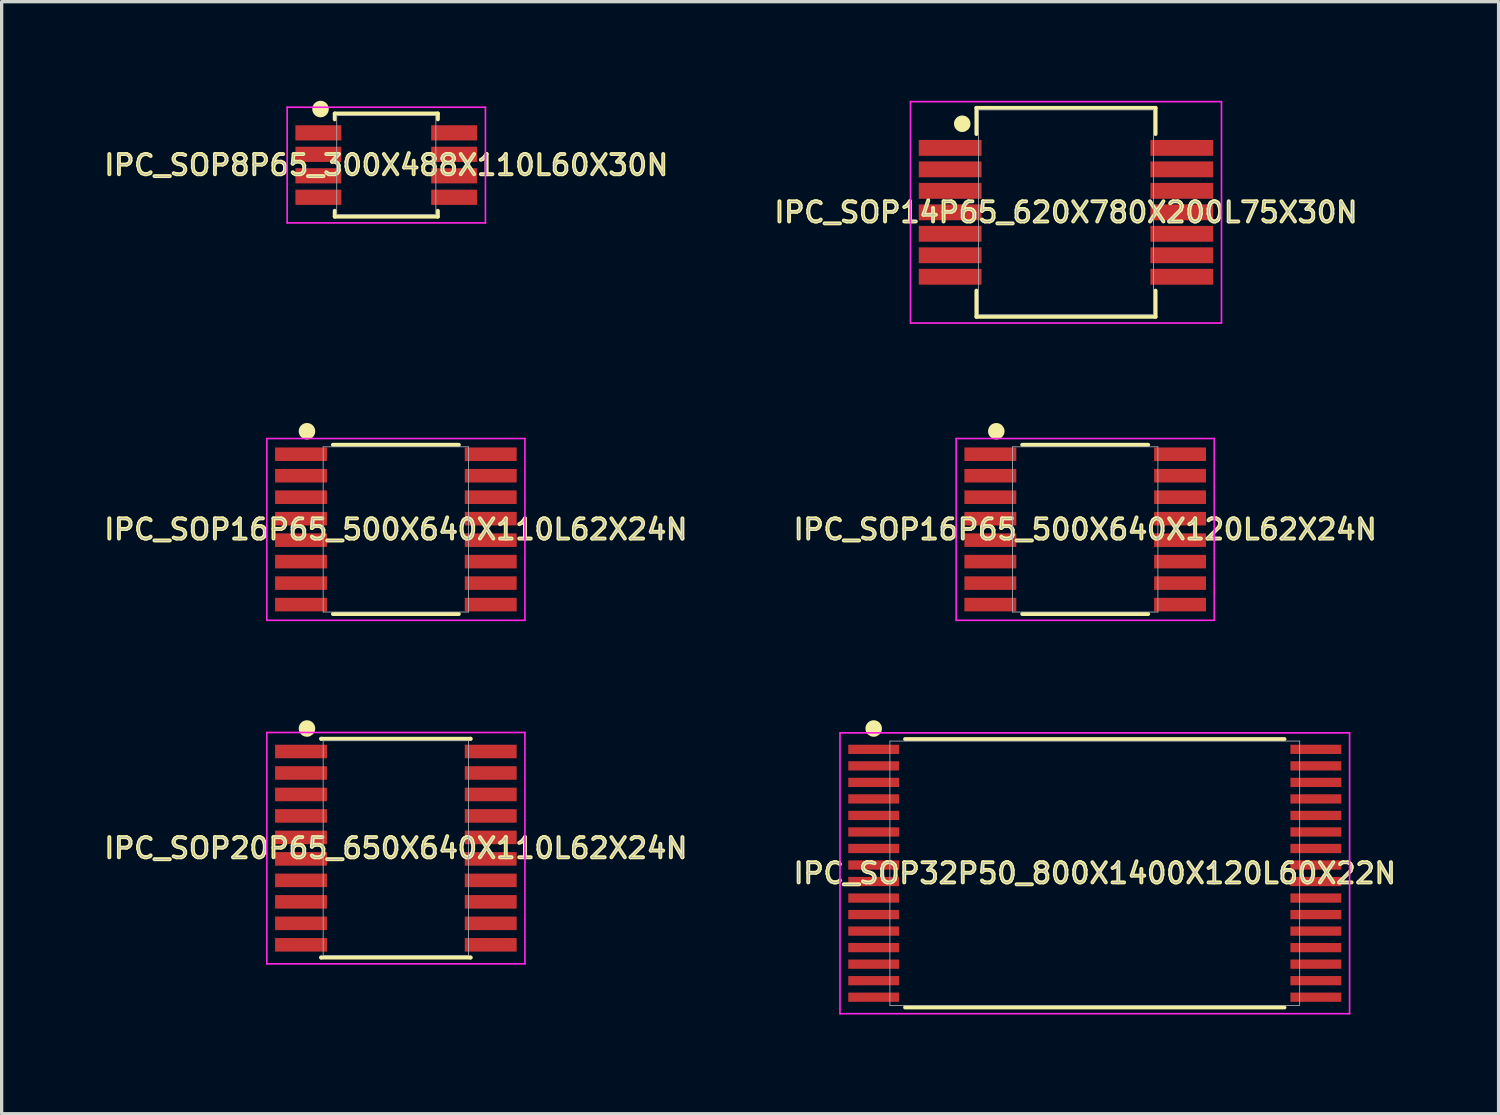
<source format=kicad_pcb>
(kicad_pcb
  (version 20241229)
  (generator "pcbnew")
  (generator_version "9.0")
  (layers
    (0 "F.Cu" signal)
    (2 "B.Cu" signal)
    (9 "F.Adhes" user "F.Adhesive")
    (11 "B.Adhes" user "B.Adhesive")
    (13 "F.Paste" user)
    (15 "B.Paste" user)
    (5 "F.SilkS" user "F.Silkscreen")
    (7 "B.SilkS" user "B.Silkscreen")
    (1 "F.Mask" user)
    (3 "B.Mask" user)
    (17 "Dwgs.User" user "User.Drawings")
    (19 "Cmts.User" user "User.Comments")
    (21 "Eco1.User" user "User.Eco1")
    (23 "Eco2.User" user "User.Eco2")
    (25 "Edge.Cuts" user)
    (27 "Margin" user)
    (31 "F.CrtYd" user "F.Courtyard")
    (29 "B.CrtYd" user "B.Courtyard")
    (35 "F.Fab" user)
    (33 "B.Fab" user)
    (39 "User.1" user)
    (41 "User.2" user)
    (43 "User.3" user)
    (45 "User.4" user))
  (footprint "IPC_SOP16P65_500X640X120L62X24N"
    (layer "F.Cu")
    (at 29.788 12.97)
    (property "Reference" "IPC_SOP16P65_500X640X120L62X24N" (at 0 0 0) (layer "F.SilkS") (effects (font (size 0.61 0.61) (thickness 0.12))))
    (attr smd)
    (fp_line (start -1.905 2.56) (end 1.905 2.56) (stroke (width 0.12) (type solid)) (layer "F.SilkS"))
    (fp_line (start 1.905 -2.56) (end -1.905 -2.56) (stroke (width 0.12) (type solid)) (layer "F.SilkS"))
    (fp_circle (center -2.69 -2.97) (end -2.565 -2.97) (stroke (width 0.25) (type solid)) (fill no) (layer "F.SilkS"))
    (fp_line (start -3.905 -2.75) (end 3.905 -2.75) (stroke (width 0.05) (type solid)) (layer "F.CrtYd"))
    (fp_line (start -3.905 2.75) (end -3.905 -2.75) (stroke (width 0.05) (type solid)) (layer "F.CrtYd"))
    (fp_line (start 3.905 -2.75) (end 3.905 2.75) (stroke (width 0.05) (type solid)) (layer "F.CrtYd"))
    (fp_line (start 3.905 2.75) (end -3.905 2.75) (stroke (width 0.05) (type solid)) (layer "F.CrtYd"))
    (fp_line (start -2.2 -2.5) (end 2.2 -2.5) (stroke (width 0.025) (type solid)) (layer "F.Fab"))
    (fp_line (start -2.2 2.5) (end -2.2 -2.5) (stroke (width 0.025) (type solid)) (layer "F.Fab"))
    (fp_line (start 2.2 -2.5) (end 2.2 2.5) (stroke (width 0.025) (type solid)) (layer "F.Fab"))
    (fp_line (start 2.2 2.5) (end -2.2 2.5) (stroke (width 0.025) (type solid)) (layer "F.Fab"))
    (fp_text user "${REFERENCE}" (at 0 0 0) (layer "F.Fab") (effects (font (size 0.61 0.61) (thickness 0.025))))
    (pad "1" smd rect (at -2.87 -2.275 270) (size 0.41 1.57) (layers "F.Cu" "F.Mask" "F.Paste"))
    (pad "2" smd rect (at -2.87 -1.625 270) (size 0.41 1.57) (layers "F.Cu" "F.Mask" "F.Paste"))
    (pad "3" smd rect (at -2.87 -0.975 270) (size 0.41 1.57) (layers "F.Cu" "F.Mask" "F.Paste"))
    (pad "4" smd rect (at -2.87 -0.325 270) (size 0.41 1.57) (layers "F.Cu" "F.Mask" "F.Paste"))
    (pad "5" smd rect (at -2.87 0.325 270) (size 0.41 1.57) (layers "F.Cu" "F.Mask" "F.Paste"))
    (pad "6" smd rect (at -2.87 0.975 270) (size 0.41 1.57) (layers "F.Cu" "F.Mask" "F.Paste"))
    (pad "7" smd rect (at -2.87 1.625 270) (size 0.41 1.57) (layers "F.Cu" "F.Mask" "F.Paste"))
    (pad "8" smd rect (at -2.87 2.275 270) (size 0.41 1.57) (layers "F.Cu" "F.Mask" "F.Paste"))
    (pad "9" smd rect (at 2.87 2.275 90) (size 0.41 1.57) (layers "F.Cu" "F.Mask" "F.Paste"))
    (pad "10" smd rect (at 2.87 1.625 90) (size 0.41 1.57) (layers "F.Cu" "F.Mask" "F.Paste"))
    (pad "11" smd rect (at 2.87 0.975 90) (size 0.41 1.57) (layers "F.Cu" "F.Mask" "F.Paste"))
    (pad "12" smd rect (at 2.87 0.325 90) (size 0.41 1.57) (layers "F.Cu" "F.Mask" "F.Paste"))
    (pad "13" smd rect (at 2.87 -0.325 90) (size 0.41 1.57) (layers "F.Cu" "F.Mask" "F.Paste"))
    (pad "14" smd rect (at 2.87 -0.975 90) (size 0.41 1.57) (layers "F.Cu" "F.Mask" "F.Paste"))
    (pad "15" smd rect (at 2.87 -1.625 90) (size 0.41 1.57) (layers "F.Cu" "F.Mask" "F.Paste"))
    (pad "16" smd rect (at 2.87 -2.275 90) (size 0.41 1.57) (layers "F.Cu" "F.Mask" "F.Paste")))
  (footprint "IPC_SOP32P50_800X1400X120L60X22N"
    (layer "F.Cu")
    (at 30.078 23.375)
    (property "Reference" "IPC_SOP32P50_800X1400X120L60X22N" (at 0 0 0) (layer "F.SilkS") (effects (font (size 0.61 0.61) (thickness 0.12))))
    (attr smd)
    (fp_line (start -5.74 4.06) (end 5.74 4.06) (stroke (width 0.12) (type solid)) (layer "F.SilkS"))
    (fp_line (start 5.74 -4.06) (end -5.74 -4.06) (stroke (width 0.12) (type solid)) (layer "F.SilkS"))
    (fp_circle (center -6.69 -4.38) (end -6.565 -4.38) (stroke (width 0.25) (type solid)) (fill no) (layer "F.SilkS"))
    (fp_line (start -7.71 -4.25) (end 7.71 -4.25) (stroke (width 0.05) (type solid)) (layer "F.CrtYd"))
    (fp_line (start -7.71 4.25) (end -7.71 -4.25) (stroke (width 0.05) (type solid)) (layer "F.CrtYd"))
    (fp_line (start 7.71 -4.25) (end 7.71 4.25) (stroke (width 0.05) (type solid)) (layer "F.CrtYd"))
    (fp_line (start 7.71 4.25) (end -7.71 4.25) (stroke (width 0.05) (type solid)) (layer "F.CrtYd"))
    (fp_line (start -6.2 -4) (end 6.2 -4) (stroke (width 0.025) (type solid)) (layer "F.Fab"))
    (fp_line (start -6.2 4) (end -6.2 -4) (stroke (width 0.025) (type solid)) (layer "F.Fab"))
    (fp_line (start 6.2 -4) (end 6.2 4) (stroke (width 0.025) (type solid)) (layer "F.Fab"))
    (fp_line (start 6.2 4) (end -6.2 4) (stroke (width 0.025) (type solid)) (layer "F.Fab"))
    (fp_text user "${REFERENCE}" (at 0 0 0) (layer "F.Fab") (effects (font (size 0.61 0.61) (thickness 0.025))))
    (pad "1" smd rect (at -6.69 -3.75 270) (size 0.28 1.54) (layers "F.Cu" "F.Mask" "F.Paste"))
    (pad "2" smd rect (at -6.69 -3.25 270) (size 0.28 1.54) (layers "F.Cu" "F.Mask" "F.Paste"))
    (pad "3" smd rect (at -6.69 -2.75 270) (size 0.28 1.54) (layers "F.Cu" "F.Mask" "F.Paste"))
    (pad "4" smd rect (at -6.69 -2.25 270) (size 0.28 1.54) (layers "F.Cu" "F.Mask" "F.Paste"))
    (pad "5" smd rect (at -6.69 -1.75 270) (size 0.28 1.54) (layers "F.Cu" "F.Mask" "F.Paste"))
    (pad "6" smd rect (at -6.69 -1.25 270) (size 0.28 1.54) (layers "F.Cu" "F.Mask" "F.Paste"))
    (pad "7" smd rect (at -6.69 -0.75 270) (size 0.28 1.54) (layers "F.Cu" "F.Mask" "F.Paste"))
    (pad "8" smd rect (at -6.69 -0.25 270) (size 0.28 1.54) (layers "F.Cu" "F.Mask" "F.Paste"))
    (pad "9" smd rect (at -6.69 0.25 270) (size 0.28 1.54) (layers "F.Cu" "F.Mask" "F.Paste"))
    (pad "10" smd rect (at -6.69 0.75 270) (size 0.28 1.54) (layers "F.Cu" "F.Mask" "F.Paste"))
    (pad "11" smd rect (at -6.69 1.25 270) (size 0.28 1.54) (layers "F.Cu" "F.Mask" "F.Paste"))
    (pad "12" smd rect (at -6.69 1.75 270) (size 0.28 1.54) (layers "F.Cu" "F.Mask" "F.Paste"))
    (pad "13" smd rect (at -6.69 2.25 270) (size 0.28 1.54) (layers "F.Cu" "F.Mask" "F.Paste"))
    (pad "14" smd rect (at -6.69 2.75 270) (size 0.28 1.54) (layers "F.Cu" "F.Mask" "F.Paste"))
    (pad "15" smd rect (at -6.69 3.25 270) (size 0.28 1.54) (layers "F.Cu" "F.Mask" "F.Paste"))
    (pad "16" smd rect (at -6.69 3.75 270) (size 0.28 1.54) (layers "F.Cu" "F.Mask" "F.Paste"))
    (pad "17" smd rect (at 6.69 3.75 90) (size 0.28 1.54) (layers "F.Cu" "F.Mask" "F.Paste"))
    (pad "18" smd rect (at 6.69 3.25 90) (size 0.28 1.54) (layers "F.Cu" "F.Mask" "F.Paste"))
    (pad "19" smd rect (at 6.69 2.75 90) (size 0.28 1.54) (layers "F.Cu" "F.Mask" "F.Paste"))
    (pad "20" smd rect (at 6.69 2.25 90) (size 0.28 1.54) (layers "F.Cu" "F.Mask" "F.Paste"))
    (pad "21" smd rect (at 6.69 1.75 90) (size 0.28 1.54) (layers "F.Cu" "F.Mask" "F.Paste"))
    (pad "22" smd rect (at 6.69 1.25 90) (size 0.28 1.54) (layers "F.Cu" "F.Mask" "F.Paste"))
    (pad "23" smd rect (at 6.69 0.75 90) (size 0.28 1.54) (layers "F.Cu" "F.Mask" "F.Paste"))
    (pad "24" smd rect (at 6.69 0.25 90) (size 0.28 1.54) (layers "F.Cu" "F.Mask" "F.Paste"))
    (pad "25" smd rect (at 6.69 -0.25 90) (size 0.28 1.54) (layers "F.Cu" "F.Mask" "F.Paste"))
    (pad "26" smd rect (at 6.69 -0.75 90) (size 0.28 1.54) (layers "F.Cu" "F.Mask" "F.Paste"))
    (pad "27" smd rect (at 6.69 -1.25 90) (size 0.28 1.54) (layers "F.Cu" "F.Mask" "F.Paste"))
    (pad "28" smd rect (at 6.69 -1.75 90) (size 0.28 1.54) (layers "F.Cu" "F.Mask" "F.Paste"))
    (pad "29" smd rect (at 6.69 -2.25 90) (size 0.28 1.54) (layers "F.Cu" "F.Mask" "F.Paste"))
    (pad "30" smd rect (at 6.69 -2.75 90) (size 0.28 1.54) (layers "F.Cu" "F.Mask" "F.Paste"))
    (pad "31" smd rect (at 6.69 -3.25 90) (size 0.28 1.54) (layers "F.Cu" "F.Mask" "F.Paste"))
    (pad "32" smd rect (at 6.69 -3.75 90) (size 0.28 1.54) (layers "F.Cu" "F.Mask" "F.Paste")))
  (footprint "IPC_SOP16P65_500X640X110L62X24N"
    (layer "F.Cu")
    (at 8.929 12.97)
    (property "Reference" "IPC_SOP16P65_500X640X110L62X24N" (at 0 0 0) (layer "F.SilkS") (effects (font (size 0.61 0.61) (thickness 0.12))))
    (attr smd)
    (fp_line (start -1.905 2.56) (end 1.905 2.56) (stroke (width 0.12) (type solid)) (layer "F.SilkS"))
    (fp_line (start 1.905 -2.56) (end -1.905 -2.56) (stroke (width 0.12) (type solid)) (layer "F.SilkS"))
    (fp_circle (center -2.69 -2.97) (end -2.565 -2.97) (stroke (width 0.25) (type solid)) (fill no) (layer "F.SilkS"))
    (fp_line (start -3.905 -2.75) (end 3.905 -2.75) (stroke (width 0.05) (type solid)) (layer "F.CrtYd"))
    (fp_line (start -3.905 2.75) (end -3.905 -2.75) (stroke (width 0.05) (type solid)) (layer "F.CrtYd"))
    (fp_line (start 3.905 -2.75) (end 3.905 2.75) (stroke (width 0.05) (type solid)) (layer "F.CrtYd"))
    (fp_line (start 3.905 2.75) (end -3.905 2.75) (stroke (width 0.05) (type solid)) (layer "F.CrtYd"))
    (fp_line (start -2.2 -2.5) (end 2.2 -2.5) (stroke (width 0.025) (type solid)) (layer "F.Fab"))
    (fp_line (start -2.2 2.5) (end -2.2 -2.5) (stroke (width 0.025) (type solid)) (layer "F.Fab"))
    (fp_line (start 2.2 -2.5) (end 2.2 2.5) (stroke (width 0.025) (type solid)) (layer "F.Fab"))
    (fp_line (start 2.2 2.5) (end -2.2 2.5) (stroke (width 0.025) (type solid)) (layer "F.Fab"))
    (fp_text user "${REFERENCE}" (at 0 0 0) (layer "F.Fab") (effects (font (size 0.61 0.61) (thickness 0.025))))
    (pad "1" smd rect (at -2.87 -2.275 270) (size 0.41 1.57) (layers "F.Cu" "F.Mask" "F.Paste"))
    (pad "2" smd rect (at -2.87 -1.625 270) (size 0.41 1.57) (layers "F.Cu" "F.Mask" "F.Paste"))
    (pad "3" smd rect (at -2.87 -0.975 270) (size 0.41 1.57) (layers "F.Cu" "F.Mask" "F.Paste"))
    (pad "4" smd rect (at -2.87 -0.325 270) (size 0.41 1.57) (layers "F.Cu" "F.Mask" "F.Paste"))
    (pad "5" smd rect (at -2.87 0.325 270) (size 0.41 1.57) (layers "F.Cu" "F.Mask" "F.Paste"))
    (pad "6" smd rect (at -2.87 0.975 270) (size 0.41 1.57) (layers "F.Cu" "F.Mask" "F.Paste"))
    (pad "7" smd rect (at -2.87 1.625 270) (size 0.41 1.57) (layers "F.Cu" "F.Mask" "F.Paste"))
    (pad "8" smd rect (at -2.87 2.275 270) (size 0.41 1.57) (layers "F.Cu" "F.Mask" "F.Paste"))
    (pad "9" smd rect (at 2.87 2.275 90) (size 0.41 1.57) (layers "F.Cu" "F.Mask" "F.Paste"))
    (pad "10" smd rect (at 2.87 1.625 90) (size 0.41 1.57) (layers "F.Cu" "F.Mask" "F.Paste"))
    (pad "11" smd rect (at 2.87 0.975 90) (size 0.41 1.57) (layers "F.Cu" "F.Mask" "F.Paste"))
    (pad "12" smd rect (at 2.87 0.325 90) (size 0.41 1.57) (layers "F.Cu" "F.Mask" "F.Paste"))
    (pad "13" smd rect (at 2.87 -0.325 90) (size 0.41 1.57) (layers "F.Cu" "F.Mask" "F.Paste"))
    (pad "14" smd rect (at 2.87 -0.975 90) (size 0.41 1.57) (layers "F.Cu" "F.Mask" "F.Paste"))
    (pad "15" smd rect (at 2.87 -1.625 90) (size 0.41 1.57) (layers "F.Cu" "F.Mask" "F.Paste"))
    (pad "16" smd rect (at 2.87 -2.275 90) (size 0.41 1.57) (layers "F.Cu" "F.Mask" "F.Paste")))
  (footprint "IPC_SOP14P65_620X780X200L75X30N"
    (layer "F.Cu")
    (at 29.207 3.375)
    (property "Reference" "IPC_SOP14P65_620X780X200L75X30N" (at 0 0 0) (layer "F.SilkS") (effects (font (size 0.61 0.61) (thickness 0.12))))
    (attr smd)
    (fp_line (start -2.71 -3.16) (end -2.71 -2.37) (stroke (width 0.12) (type solid)) (layer "F.SilkS"))
    (fp_line (start -2.71 2.37) (end -2.71 3.16) (stroke (width 0.12) (type solid)) (layer "F.SilkS"))
    (fp_line (start -2.71 3.16) (end 2.71 3.16) (stroke (width 0.12) (type solid)) (layer "F.SilkS"))
    (fp_line (start 2.71 -3.16) (end -2.71 -3.16) (stroke (width 0.12) (type solid)) (layer "F.SilkS"))
    (fp_line (start 2.71 -2.37) (end 2.71 -3.16) (stroke (width 0.12) (type solid)) (layer "F.SilkS"))
    (fp_line (start 2.71 3.16) (end 2.71 2.37) (stroke (width 0.12) (type solid)) (layer "F.SilkS"))
    (fp_circle (center -3.14 -2.68) (end -3.015 -2.68) (stroke (width 0.25) (type solid)) (fill no) (layer "F.SilkS"))
    (fp_line (start -4.705 -3.35) (end 4.705 -3.35) (stroke (width 0.05) (type solid)) (layer "F.CrtYd"))
    (fp_line (start -4.705 3.35) (end -4.705 -3.35) (stroke (width 0.05) (type solid)) (layer "F.CrtYd"))
    (fp_line (start 4.705 -3.35) (end 4.705 3.35) (stroke (width 0.05) (type solid)) (layer "F.CrtYd"))
    (fp_line (start 4.705 3.35) (end -4.705 3.35) (stroke (width 0.05) (type solid)) (layer "F.CrtYd"))
    (fp_line (start -2.65 -3.1) (end 2.65 -3.1) (stroke (width 0.025) (type solid)) (layer "F.Fab"))
    (fp_line (start -2.65 3.1) (end -2.65 -3.1) (stroke (width 0.025) (type solid)) (layer "F.Fab"))
    (fp_line (start 2.65 -3.1) (end 2.65 3.1) (stroke (width 0.025) (type solid)) (layer "F.Fab"))
    (fp_line (start 2.65 3.1) (end -2.65 3.1) (stroke (width 0.025) (type solid)) (layer "F.Fab"))
    (fp_text user "${REFERENCE}" (at 0 0 0) (layer "F.Fab") (effects (font (size 0.61 0.61) (thickness 0.025))))
    (pad "1" smd rect (at -3.505 -1.95 270) (size 0.48 1.9) (layers "F.Cu" "F.Mask" "F.Paste"))
    (pad "2" smd rect (at -3.505 -1.3 270) (size 0.48 1.9) (layers "F.Cu" "F.Mask" "F.Paste"))
    (pad "3" smd rect (at -3.505 -0.65 270) (size 0.48 1.9) (layers "F.Cu" "F.Mask" "F.Paste"))
    (pad "4" smd rect (at -3.505 0 270) (size 0.48 1.9) (layers "F.Cu" "F.Mask" "F.Paste"))
    (pad "5" smd rect (at -3.505 0.65 270) (size 0.48 1.9) (layers "F.Cu" "F.Mask" "F.Paste"))
    (pad "6" smd rect (at -3.505 1.3 270) (size 0.48 1.9) (layers "F.Cu" "F.Mask" "F.Paste"))
    (pad "7" smd rect (at -3.505 1.95 270) (size 0.48 1.9) (layers "F.Cu" "F.Mask" "F.Paste"))
    (pad "8" smd rect (at 3.505 1.95 90) (size 0.48 1.9) (layers "F.Cu" "F.Mask" "F.Paste"))
    (pad "9" smd rect (at 3.505 1.3 90) (size 0.48 1.9) (layers "F.Cu" "F.Mask" "F.Paste"))
    (pad "10" smd rect (at 3.505 0.65 90) (size 0.48 1.9) (layers "F.Cu" "F.Mask" "F.Paste"))
    (pad "11" smd rect (at 3.505 0 90) (size 0.48 1.9) (layers "F.Cu" "F.Mask" "F.Paste"))
    (pad "12" smd rect (at 3.505 -0.65 90) (size 0.48 1.9) (layers "F.Cu" "F.Mask" "F.Paste"))
    (pad "13" smd rect (at 3.505 -1.3 90) (size 0.48 1.9) (layers "F.Cu" "F.Mask" "F.Paste"))
    (pad "14" smd rect (at 3.505 -1.95 90) (size 0.48 1.9) (layers "F.Cu" "F.Mask" "F.Paste")))
  (footprint "IPC_SOP20P65_650X640X110L62X24N"
    (layer "F.Cu")
    (at 8.929 22.615)
    (property "Reference" "IPC_SOP20P65_650X640X110L62X24N" (at 0 0 0) (layer "F.SilkS") (effects (font (size 0.61 0.61) (thickness 0.12))))
    (attr smd)
    (fp_line (start -2.26 -3.31) (end -2.26 -3.31) (stroke (width 0.12) (type solid)) (layer "F.SilkS"))
    (fp_line (start -2.26 3.31) (end -2.26 3.31) (stroke (width 0.12) (type solid)) (layer "F.SilkS"))
    (fp_line (start -2.26 3.31) (end 2.26 3.31) (stroke (width 0.12) (type solid)) (layer "F.SilkS"))
    (fp_line (start 2.26 -3.31) (end -2.26 -3.31) (stroke (width 0.12) (type solid)) (layer "F.SilkS"))
    (fp_line (start 2.26 -3.31) (end 2.26 -3.31) (stroke (width 0.12) (type solid)) (layer "F.SilkS"))
    (fp_line (start 2.26 3.31) (end 2.26 3.31) (stroke (width 0.12) (type solid)) (layer "F.SilkS"))
    (fp_circle (center -2.69 -3.62) (end -2.565 -3.62) (stroke (width 0.25) (type solid)) (fill no) (layer "F.SilkS"))
    (fp_line (start -3.905 -3.5) (end 3.905 -3.5) (stroke (width 0.05) (type solid)) (layer "F.CrtYd"))
    (fp_line (start -3.905 3.5) (end -3.905 -3.5) (stroke (width 0.05) (type solid)) (layer "F.CrtYd"))
    (fp_line (start 3.905 -3.5) (end 3.905 3.5) (stroke (width 0.05) (type solid)) (layer "F.CrtYd"))
    (fp_line (start 3.905 3.5) (end -3.905 3.5) (stroke (width 0.05) (type solid)) (layer "F.CrtYd"))
    (fp_line (start -2.2 -3.25) (end 2.2 -3.25) (stroke (width 0.025) (type solid)) (layer "F.Fab"))
    (fp_line (start -2.2 3.25) (end -2.2 -3.25) (stroke (width 0.025) (type solid)) (layer "F.Fab"))
    (fp_line (start 2.2 -3.25) (end 2.2 3.25) (stroke (width 0.025) (type solid)) (layer "F.Fab"))
    (fp_line (start 2.2 3.25) (end -2.2 3.25) (stroke (width 0.025) (type solid)) (layer "F.Fab"))
    (fp_text user "${REFERENCE}" (at 0 0 0) (layer "F.Fab") (effects (font (size 0.61 0.61) (thickness 0.025))))
    (pad "1" smd rect (at -2.87 -2.925 270) (size 0.41 1.57) (layers "F.Cu" "F.Mask" "F.Paste"))
    (pad "2" smd rect (at -2.87 -2.275 270) (size 0.41 1.57) (layers "F.Cu" "F.Mask" "F.Paste"))
    (pad "3" smd rect (at -2.87 -1.625 270) (size 0.41 1.57) (layers "F.Cu" "F.Mask" "F.Paste"))
    (pad "4" smd rect (at -2.87 -0.975 270) (size 0.41 1.57) (layers "F.Cu" "F.Mask" "F.Paste"))
    (pad "5" smd rect (at -2.87 -0.325 270) (size 0.41 1.57) (layers "F.Cu" "F.Mask" "F.Paste"))
    (pad "6" smd rect (at -2.87 0.325 270) (size 0.41 1.57) (layers "F.Cu" "F.Mask" "F.Paste"))
    (pad "7" smd rect (at -2.87 0.975 270) (size 0.41 1.57) (layers "F.Cu" "F.Mask" "F.Paste"))
    (pad "8" smd rect (at -2.87 1.625 270) (size 0.41 1.57) (layers "F.Cu" "F.Mask" "F.Paste"))
    (pad "9" smd rect (at -2.87 2.275 270) (size 0.41 1.57) (layers "F.Cu" "F.Mask" "F.Paste"))
    (pad "10" smd rect (at -2.87 2.925 270) (size 0.41 1.57) (layers "F.Cu" "F.Mask" "F.Paste"))
    (pad "11" smd rect (at 2.87 2.925 90) (size 0.41 1.57) (layers "F.Cu" "F.Mask" "F.Paste"))
    (pad "12" smd rect (at 2.87 2.275 90) (size 0.41 1.57) (layers "F.Cu" "F.Mask" "F.Paste"))
    (pad "13" smd rect (at 2.87 1.625 90) (size 0.41 1.57) (layers "F.Cu" "F.Mask" "F.Paste"))
    (pad "14" smd rect (at 2.87 0.975 90) (size 0.41 1.57) (layers "F.Cu" "F.Mask" "F.Paste"))
    (pad "15" smd rect (at 2.87 0.325 90) (size 0.41 1.57) (layers "F.Cu" "F.Mask" "F.Paste"))
    (pad "16" smd rect (at 2.87 -0.325 90) (size 0.41 1.57) (layers "F.Cu" "F.Mask" "F.Paste"))
    (pad "17" smd rect (at 2.87 -0.975 90) (size 0.41 1.57) (layers "F.Cu" "F.Mask" "F.Paste"))
    (pad "18" smd rect (at 2.87 -1.625 90) (size 0.41 1.57) (layers "F.Cu" "F.Mask" "F.Paste"))
    (pad "19" smd rect (at 2.87 -2.275 90) (size 0.41 1.57) (layers "F.Cu" "F.Mask" "F.Paste"))
    (pad "20" smd rect (at 2.87 -2.925 90) (size 0.41 1.57) (layers "F.Cu" "F.Mask" "F.Paste")))
  (footprint "IPC_SOP8P65_300X488X110L60X30N"
    (layer "F.Cu")
    (at 8.639 1.945)
    (property "Reference" "IPC_SOP8P65_300X488X110L60X30N" (at 0 0 0) (layer "F.SilkS") (effects (font (size 0.61 0.61) (thickness 0.12))))
    (attr smd)
    (fp_line (start -1.56 -1.56) (end -1.56 -1.385) (stroke (width 0.12) (type solid)) (layer "F.SilkS"))
    (fp_line (start -1.56 1.385) (end -1.56 1.56) (stroke (width 0.12) (type solid)) (layer "F.SilkS"))
    (fp_line (start -1.56 1.56) (end 1.56 1.56) (stroke (width 0.12) (type solid)) (layer "F.SilkS"))
    (fp_line (start 1.56 -1.56) (end -1.56 -1.56) (stroke (width 0.12) (type solid)) (layer "F.SilkS"))
    (fp_line (start 1.56 -1.385) (end 1.56 -1.56) (stroke (width 0.12) (type solid)) (layer "F.SilkS"))
    (fp_line (start 1.56 1.56) (end 1.56 1.385) (stroke (width 0.12) (type solid)) (layer "F.SilkS"))
    (fp_circle (center -1.99 -1.695) (end -1.865 -1.695) (stroke (width 0.25) (type solid)) (fill no) (layer "F.SilkS"))
    (fp_line (start -3 -1.75) (end 3 -1.75) (stroke (width 0.05) (type solid)) (layer "F.CrtYd"))
    (fp_line (start -3 1.75) (end -3 -1.75) (stroke (width 0.05) (type solid)) (layer "F.CrtYd"))
    (fp_line (start 3 -1.75) (end 3 1.75) (stroke (width 0.05) (type solid)) (layer "F.CrtYd"))
    (fp_line (start 3 1.75) (end -3 1.75) (stroke (width 0.05) (type solid)) (layer "F.CrtYd"))
    (fp_line (start -1.5 -1.5) (end 1.5 -1.5) (stroke (width 0.025) (type solid)) (layer "F.Fab"))
    (fp_line (start -1.5 1.5) (end -1.5 -1.5) (stroke (width 0.025) (type solid)) (layer "F.Fab"))
    (fp_line (start 1.5 -1.5) (end 1.5 1.5) (stroke (width 0.025) (type solid)) (layer "F.Fab"))
    (fp_line (start 1.5 1.5) (end -1.5 1.5) (stroke (width 0.025) (type solid)) (layer "F.Fab"))
    (fp_text user "${REFERENCE}" (at 0 0 0) (layer "F.Fab") (effects (font (size 0.61 0.61) (thickness 0.025))))
    (pad "1" smd rect (at -2.055 -0.975 270) (size 0.46 1.39) (layers "F.Cu" "F.Mask" "F.Paste"))
    (pad "2" smd rect (at -2.055 -0.325 270) (size 0.46 1.39) (layers "F.Cu" "F.Mask" "F.Paste"))
    (pad "3" smd rect (at -2.055 0.325 270) (size 0.46 1.39) (layers "F.Cu" "F.Mask" "F.Paste"))
    (pad "4" smd rect (at -2.055 0.975 270) (size 0.46 1.39) (layers "F.Cu" "F.Mask" "F.Paste"))
    (pad "5" smd rect (at 2.055 0.975 90) (size 0.46 1.39) (layers "F.Cu" "F.Mask" "F.Paste"))
    (pad "6" smd rect (at 2.055 0.325 90) (size 0.46 1.39) (layers "F.Cu" "F.Mask" "F.Paste"))
    (pad "7" smd rect (at 2.055 -0.325 90) (size 0.46 1.39) (layers "F.Cu" "F.Mask" "F.Paste"))
    (pad "8" smd rect (at 2.055 -0.975 90) (size 0.46 1.39) (layers "F.Cu" "F.Mask" "F.Paste")))
  (gr_rect
    (start -3 -3)
    (end 42.297 30.65)
    (stroke (width 0.1) (type default))
    (fill no)
    (layer "Edge.Cuts")))
</source>
